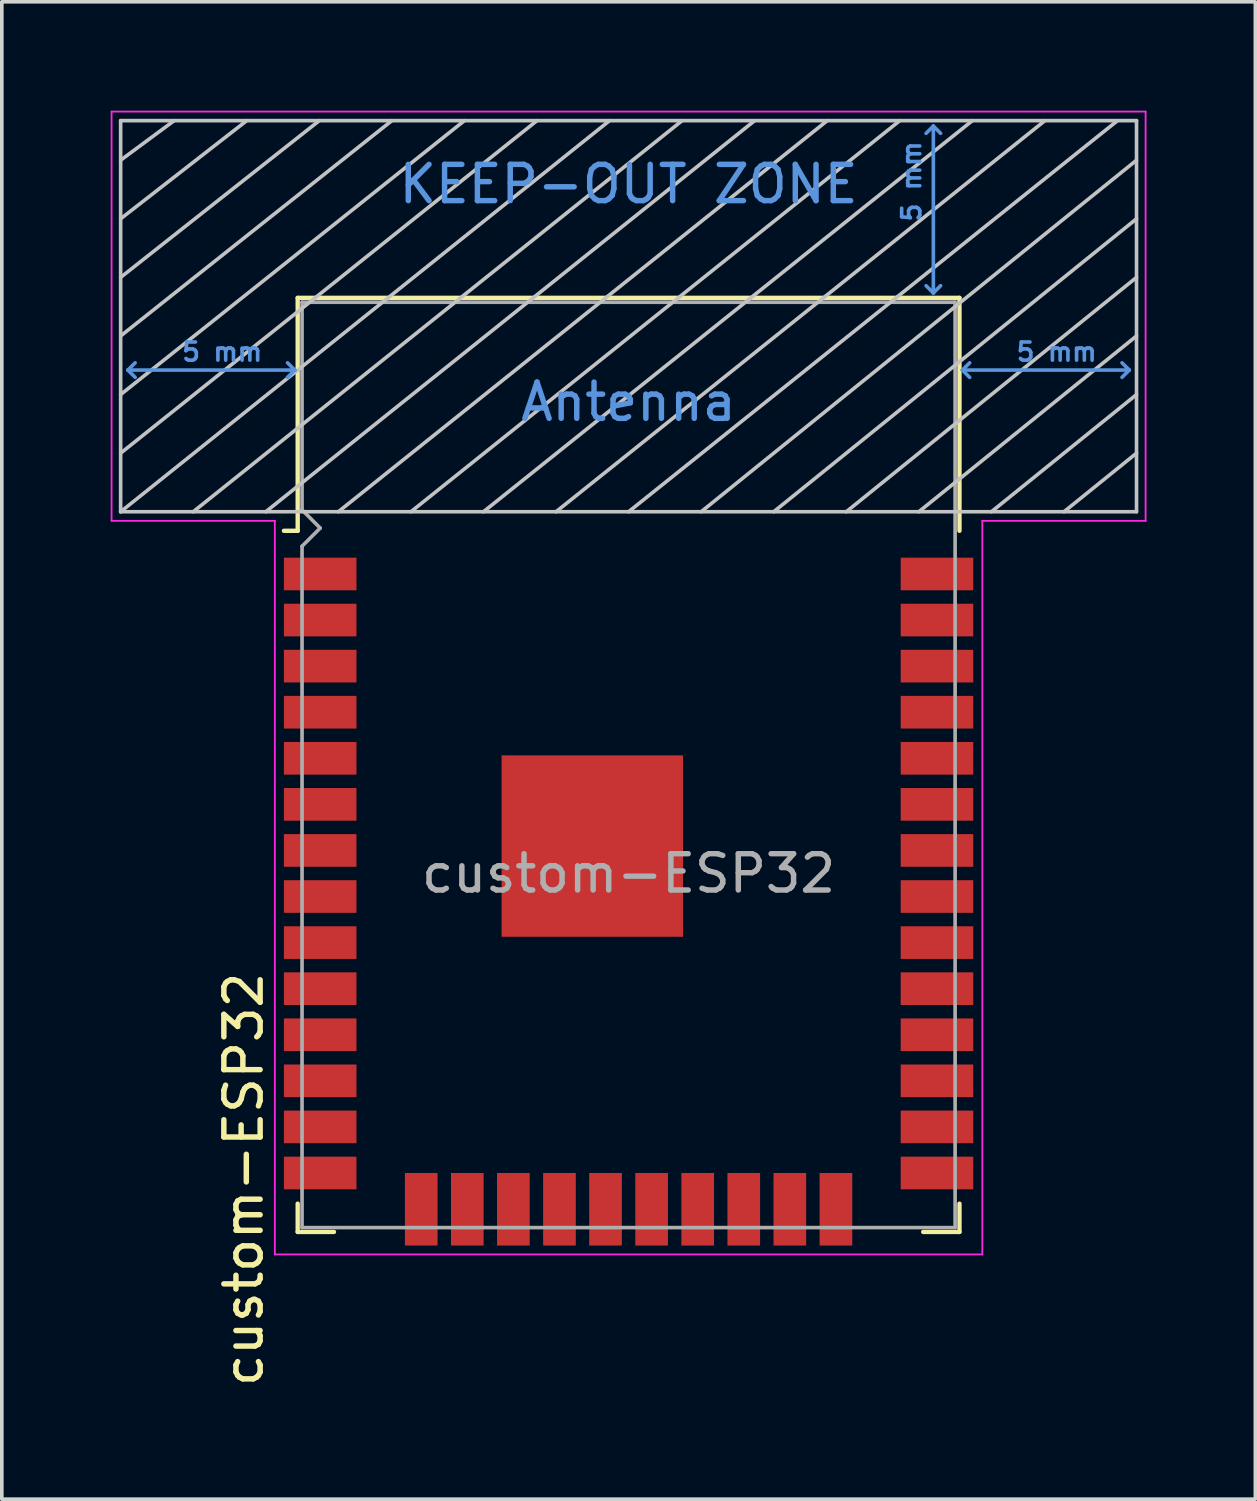
<source format=kicad_pcb>
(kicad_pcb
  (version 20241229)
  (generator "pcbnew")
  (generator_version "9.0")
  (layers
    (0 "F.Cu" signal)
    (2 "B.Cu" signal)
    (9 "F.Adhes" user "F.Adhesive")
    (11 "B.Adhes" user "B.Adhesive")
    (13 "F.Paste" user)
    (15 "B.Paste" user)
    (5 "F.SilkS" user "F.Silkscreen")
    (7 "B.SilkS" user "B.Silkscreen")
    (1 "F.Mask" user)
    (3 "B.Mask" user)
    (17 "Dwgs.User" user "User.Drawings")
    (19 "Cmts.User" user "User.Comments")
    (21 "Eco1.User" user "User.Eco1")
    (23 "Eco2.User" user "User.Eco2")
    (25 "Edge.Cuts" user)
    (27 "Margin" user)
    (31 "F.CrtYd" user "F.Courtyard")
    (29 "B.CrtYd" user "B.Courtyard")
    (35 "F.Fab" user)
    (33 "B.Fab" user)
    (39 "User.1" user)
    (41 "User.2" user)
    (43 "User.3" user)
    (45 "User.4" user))
  (footprint "custom-ESP32"
    (layer "F.Cu")
    (at 14.275 21.025)
    (property "Reference" "custom-ESP32" (at -10.61 8.43 90) (layer "F.SilkS") (effects (font (size 1 1) (thickness 0.15))))
    (attr smd)
    (fp_line (start -9.12 -15.865) (end -9.12 -9.445) (stroke (width 0.12) (type solid)) (layer "F.SilkS"))
    (fp_line (start -9.12 -15.865) (end 9.12 -15.865) (stroke (width 0.12) (type solid)) (layer "F.SilkS"))
    (fp_line (start -9.12 -9.445) (end -9.5 -9.445) (stroke (width 0.12) (type solid)) (layer "F.SilkS"))
    (fp_line (start -9.12 9.1) (end -9.12 9.88) (stroke (width 0.12) (type solid)) (layer "F.SilkS"))
    (fp_line (start -9.12 9.88) (end -8.12 9.88) (stroke (width 0.12) (type solid)) (layer "F.SilkS"))
    (fp_line (start 9.12 -15.865) (end 9.12 -9.445) (stroke (width 0.12) (type solid)) (layer "F.SilkS"))
    (fp_line (start 9.12 9.1) (end 9.12 9.88) (stroke (width 0.12) (type solid)) (layer "F.SilkS"))
    (fp_line (start 9.12 9.88) (end 8.12 9.88) (stroke (width 0.12) (type solid)) (layer "F.SilkS"))
    (fp_line (start -14 -9.97) (end -14 -20.75) (stroke (width 0.1) (type solid)) (layer "Dwgs.User"))
    (fp_line (start -12.525 -20.75) (end -14 -19.66) (stroke (width 0.1) (type solid)) (layer "Dwgs.User"))
    (fp_line (start -10.525 -20.75) (end -14 -18.045) (stroke (width 0.1) (type solid)) (layer "Dwgs.User"))
    (fp_line (start -8.525 -20.75) (end -14 -16.43) (stroke (width 0.1) (type solid)) (layer "Dwgs.User"))
    (fp_line (start -8 -9.97) (end 5.475 -20.75) (stroke (width 0.1) (type solid)) (layer "Dwgs.User"))
    (fp_line (start -6.525 -20.75) (end -14 -14.815) (stroke (width 0.1) (type solid)) (layer "Dwgs.User"))
    (fp_line (start -4.525 -20.75) (end -14 -13.2) (stroke (width 0.1) (type solid)) (layer "Dwgs.User"))
    (fp_line (start -2.525 -20.75) (end -14 -11.585) (stroke (width 0.1) (type solid)) (layer "Dwgs.User"))
    (fp_line (start -0.525 -20.75) (end -14 -9.97) (stroke (width 0.1) (type solid)) (layer "Dwgs.User"))
    (fp_line (start 1.475 -20.75) (end -12 -9.97) (stroke (width 0.1) (type solid)) (layer "Dwgs.User"))
    (fp_line (start 3.475 -20.75) (end -10 -9.97) (stroke (width 0.1) (type solid)) (layer "Dwgs.User"))
    (fp_line (start 7.475 -20.75) (end -6 -9.97) (stroke (width 0.1) (type solid)) (layer "Dwgs.User"))
    (fp_line (start 9.475 -20.75) (end -4 -9.97) (stroke (width 0.1) (type solid)) (layer "Dwgs.User"))
    (fp_line (start 11.475 -20.75) (end -2 -9.97) (stroke (width 0.1) (type solid)) (layer "Dwgs.User"))
    (fp_line (start 13.475 -20.75) (end 0 -9.97) (stroke (width 0.1) (type solid)) (layer "Dwgs.User"))
    (fp_line (start 14 -20.75) (end -14 -20.75) (stroke (width 0.1) (type solid)) (layer "Dwgs.User"))
    (fp_line (start 14 -19.66) (end 2 -9.97) (stroke (width 0.1) (type solid)) (layer "Dwgs.User"))
    (fp_line (start 14 -18.045) (end 4 -9.97) (stroke (width 0.1) (type solid)) (layer "Dwgs.User"))
    (fp_line (start 14 -16.43) (end 6 -9.97) (stroke (width 0.1) (type solid)) (layer "Dwgs.User"))
    (fp_line (start 14 -14.815) (end 8 -9.97) (stroke (width 0.1) (type solid)) (layer "Dwgs.User"))
    (fp_line (start 14 -13.2) (end 10 -9.97) (stroke (width 0.1) (type solid)) (layer "Dwgs.User"))
    (fp_line (start 14 -11.585) (end 12 -9.97) (stroke (width 0.1) (type solid)) (layer "Dwgs.User"))
    (fp_line (start 14 -9.97) (end -14 -9.97) (stroke (width 0.1) (type solid)) (layer "Dwgs.User"))
    (fp_line (start 14 -9.97) (end 14 -20.75) (stroke (width 0.1) (type solid)) (layer "Dwgs.User"))
    (fp_line (start -13.8 -13.875) (end -13.6 -14.075) (stroke (width 0.1) (type solid)) (layer "Cmts.User"))
    (fp_line (start -13.8 -13.875) (end -13.6 -13.675) (stroke (width 0.1) (type solid)) (layer "Cmts.User"))
    (fp_line (start -13.8 -13.875) (end -9.2 -13.875) (stroke (width 0.1) (type solid)) (layer "Cmts.User"))
    (fp_line (start -9.2 -13.875) (end -9.4 -14.075) (stroke (width 0.1) (type solid)) (layer "Cmts.User"))
    (fp_line (start -9.2 -13.875) (end -9.4 -13.675) (stroke (width 0.1) (type solid)) (layer "Cmts.User"))
    (fp_line (start 8.4 -20.6) (end 8.2 -20.4) (stroke (width 0.1) (type solid)) (layer "Cmts.User"))
    (fp_line (start 8.4 -20.6) (end 8.6 -20.4) (stroke (width 0.1) (type solid)) (layer "Cmts.User"))
    (fp_line (start 8.4 -16) (end 8.2 -16.2) (stroke (width 0.1) (type solid)) (layer "Cmts.User"))
    (fp_line (start 8.4 -16) (end 8.4 -20.6) (stroke (width 0.1) (type solid)) (layer "Cmts.User"))
    (fp_line (start 8.4 -16) (end 8.6 -16.2) (stroke (width 0.1) (type solid)) (layer "Cmts.User"))
    (fp_line (start 9.2 -13.875) (end 9.4 -14.075) (stroke (width 0.1) (type solid)) (layer "Cmts.User"))
    (fp_line (start 9.2 -13.875) (end 9.4 -13.675) (stroke (width 0.1) (type solid)) (layer "Cmts.User"))
    (fp_line (start 9.2 -13.875) (end 13.8 -13.875) (stroke (width 0.1) (type solid)) (layer "Cmts.User"))
    (fp_line (start 13.8 -13.875) (end 13.6 -14.075) (stroke (width 0.1) (type solid)) (layer "Cmts.User"))
    (fp_line (start 13.8 -13.875) (end 13.6 -13.675) (stroke (width 0.1) (type solid)) (layer "Cmts.User"))
    (fp_line (start -14.25 -21) (end -14.25 -9.72) (stroke (width 0.05) (type solid)) (layer "F.CrtYd"))
    (fp_line (start -14.25 -21) (end 14.25 -21) (stroke (width 0.05) (type solid)) (layer "F.CrtYd"))
    (fp_line (start -14.25 -9.72) (end -9.75 -9.72) (stroke (width 0.05) (type solid)) (layer "F.CrtYd"))
    (fp_line (start -9.75 10.5) (end -9.75 -9.72) (stroke (width 0.05) (type solid)) (layer "F.CrtYd"))
    (fp_line (start -9.75 10.5) (end 9.75 10.5) (stroke (width 0.05) (type solid)) (layer "F.CrtYd"))
    (fp_line (start 9.75 -9.72) (end 9.75 10.5) (stroke (width 0.05) (type solid)) (layer "F.CrtYd"))
    (fp_line (start 9.75 -9.72) (end 14.25 -9.72) (stroke (width 0.05) (type solid)) (layer "F.CrtYd"))
    (fp_line (start 14.25 -21) (end 14.25 -9.72) (stroke (width 0.05) (type solid)) (layer "F.CrtYd"))
    (fp_line (start -9 -15.745) (end -9 -10.02) (stroke (width 0.1) (type solid)) (layer "F.Fab"))
    (fp_line (start -9 -15.745) (end 9 -15.745) (stroke (width 0.1) (type solid)) (layer "F.Fab"))
    (fp_line (start -9 -9.02) (end -9 9.76) (stroke (width 0.1) (type solid)) (layer "F.Fab"))
    (fp_line (start -9 -9.02) (end -8.5 -9.52) (stroke (width 0.1) (type solid)) (layer "F.Fab"))
    (fp_line (start -9 9.76) (end 9 9.76) (stroke (width 0.1) (type solid)) (layer "F.Fab"))
    (fp_line (start -8.5 -9.52) (end -9 -10.02) (stroke (width 0.1) (type solid)) (layer "F.Fab"))
    (fp_line (start 9 9.76) (end 9 -15.745) (stroke (width 0.1) (type solid)) (layer "F.Fab"))
    (fp_text user "Antenna" (at 0 -13 0) (layer "Cmts.User") (effects (font (size 1 1) (thickness 0.15))))
    (fp_text user "5 mm" (at 11.8 -14.375 0) (layer "Cmts.User") (effects (font (size 0.5 0.5) (thickness 0.1))))
    (fp_text user "5 mm" (at -11.2 -14.375 0) (layer "Cmts.User") (effects (font (size 0.5 0.5) (thickness 0.1))))
    (fp_text user "KEEP-OUT ZONE" (at 0 -19 0) (layer "Cmts.User") (effects (font (size 1 1) (thickness 0.15))))
    (fp_text user "5 mm" (at 7.8 -19.075 90) (layer "Cmts.User") (effects (font (size 0.5 0.5) (thickness 0.1))))
    (fp_text user "${REFERENCE}" (at 0 0 0) (layer "F.Fab") (effects (font (size 1 1) (thickness 0.15))))
    (pad "1" smd rect (at -8.5 -8.255) (size 2 0.9) (layers "F.Cu" "F.Mask" "F.Paste"))
    (pad "2" smd rect (at -8.5 -6.985) (size 2 0.9) (layers "F.Cu" "F.Mask" "F.Paste"))
    (pad "3" smd rect (at -8.5 -5.715) (size 2 0.9) (layers "F.Cu" "F.Mask" "F.Paste"))
    (pad "4" smd rect (at -8.5 -4.445) (size 2 0.9) (layers "F.Cu" "F.Mask" "F.Paste"))
    (pad "5" smd rect (at -8.5 -3.175) (size 2 0.9) (layers "F.Cu" "F.Mask" "F.Paste"))
    (pad "6" smd rect (at -8.5 -1.905) (size 2 0.9) (layers "F.Cu" "F.Mask" "F.Paste"))
    (pad "7" smd rect (at -8.5 -0.635) (size 2 0.9) (layers "F.Cu" "F.Mask" "F.Paste"))
    (pad "8" smd rect (at -8.5 0.635) (size 2 0.9) (layers "F.Cu" "F.Mask" "F.Paste"))
    (pad "9" smd rect (at -8.5 1.905) (size 2 0.9) (layers "F.Cu" "F.Mask" "F.Paste"))
    (pad "10" smd rect (at -8.5 3.175) (size 2 0.9) (layers "F.Cu" "F.Mask" "F.Paste"))
    (pad "11" smd rect (at -8.5 4.445) (size 2 0.9) (layers "F.Cu" "F.Mask" "F.Paste"))
    (pad "12" smd rect (at -8.5 5.715) (size 2 0.9) (layers "F.Cu" "F.Mask" "F.Paste"))
    (pad "13" smd rect (at -8.5 6.985) (size 2 0.9) (layers "F.Cu" "F.Mask" "F.Paste"))
    (pad "14" smd rect (at -8.5 8.255) (size 2 0.9) (layers "F.Cu" "F.Mask" "F.Paste"))
    (pad "15" smd rect (at -5.715 9.255 90) (size 2 0.9) (layers "F.Cu" "F.Mask" "F.Paste"))
    (pad "16" smd rect (at -4.445 9.255 90) (size 2 0.9) (layers "F.Cu" "F.Mask" "F.Paste"))
    (pad "17" smd rect (at -3.175 9.255 90) (size 2 0.9) (layers "F.Cu" "F.Mask" "F.Paste"))
    (pad "18" smd rect (at -1.905 9.255 90) (size 2 0.9) (layers "F.Cu" "F.Mask" "F.Paste"))
    (pad "19" smd rect (at -0.635 9.255 90) (size 2 0.9) (layers "F.Cu" "F.Mask" "F.Paste"))
    (pad "20" smd rect (at 0.635 9.255 90) (size 2 0.9) (layers "F.Cu" "F.Mask" "F.Paste"))
    (pad "21" smd rect (at 1.905 9.255 90) (size 2 0.9) (layers "F.Cu" "F.Mask" "F.Paste"))
    (pad "22" smd rect (at 3.175 9.255 90) (size 2 0.9) (layers "F.Cu" "F.Mask" "F.Paste"))
    (pad "23" smd rect (at 4.445 9.255 90) (size 2 0.9) (layers "F.Cu" "F.Mask" "F.Paste"))
    (pad "24" smd rect (at 5.715 9.255 90) (size 2 0.9) (layers "F.Cu" "F.Mask" "F.Paste"))
    (pad "25" smd rect (at 8.5 8.255) (size 2 0.9) (layers "F.Cu" "F.Mask" "F.Paste"))
    (pad "26" smd rect (at 8.5 6.985) (size 2 0.9) (layers "F.Cu" "F.Mask" "F.Paste"))
    (pad "27" smd rect (at 8.5 5.715) (size 2 0.9) (layers "F.Cu" "F.Mask" "F.Paste"))
    (pad "28" smd rect (at 8.5 4.445) (size 2 0.9) (layers "F.Cu" "F.Mask" "F.Paste"))
    (pad "29" smd rect (at 8.5 3.175) (size 2 0.9) (layers "F.Cu" "F.Mask" "F.Paste"))
    (pad "30" smd rect (at 8.5 1.905) (size 2 0.9) (layers "F.Cu" "F.Mask" "F.Paste"))
    (pad "31" smd rect (at 8.5 0.635) (size 2 0.9) (layers "F.Cu" "F.Mask" "F.Paste"))
    (pad "32" smd rect (at 8.5 -0.635) (size 2 0.9) (layers "F.Cu" "F.Mask" "F.Paste"))
    (pad "33" smd rect (at 8.5 -1.905) (size 2 0.9) (layers "F.Cu" "F.Mask" "F.Paste"))
    (pad "34" smd rect (at 8.5 -3.175) (size 2 0.9) (layers "F.Cu" "F.Mask" "F.Paste"))
    (pad "35" smd rect (at 8.5 -4.445) (size 2 0.9) (layers "F.Cu" "F.Mask" "F.Paste"))
    (pad "36" smd rect (at 8.5 -5.715) (size 2 0.9) (layers "F.Cu" "F.Mask" "F.Paste"))
    (pad "37" smd rect (at 8.5 -6.985) (size 2 0.9) (layers "F.Cu" "F.Mask" "F.Paste"))
    (pad "38" smd rect (at 8.5 -8.255) (size 2 0.9) (layers "F.Cu" "F.Mask" "F.Paste"))
    (pad "39" smd rect (at -1 -0.755) (size 5 5) (layers "F.Cu" "F.Mask" "F.Paste")))
  (gr_rect
    (start -3 -3)
    (end 31.55 38.27)
    (stroke (width 0.1) (type default))
    (fill no)
    (layer "Edge.Cuts")))
</source>
